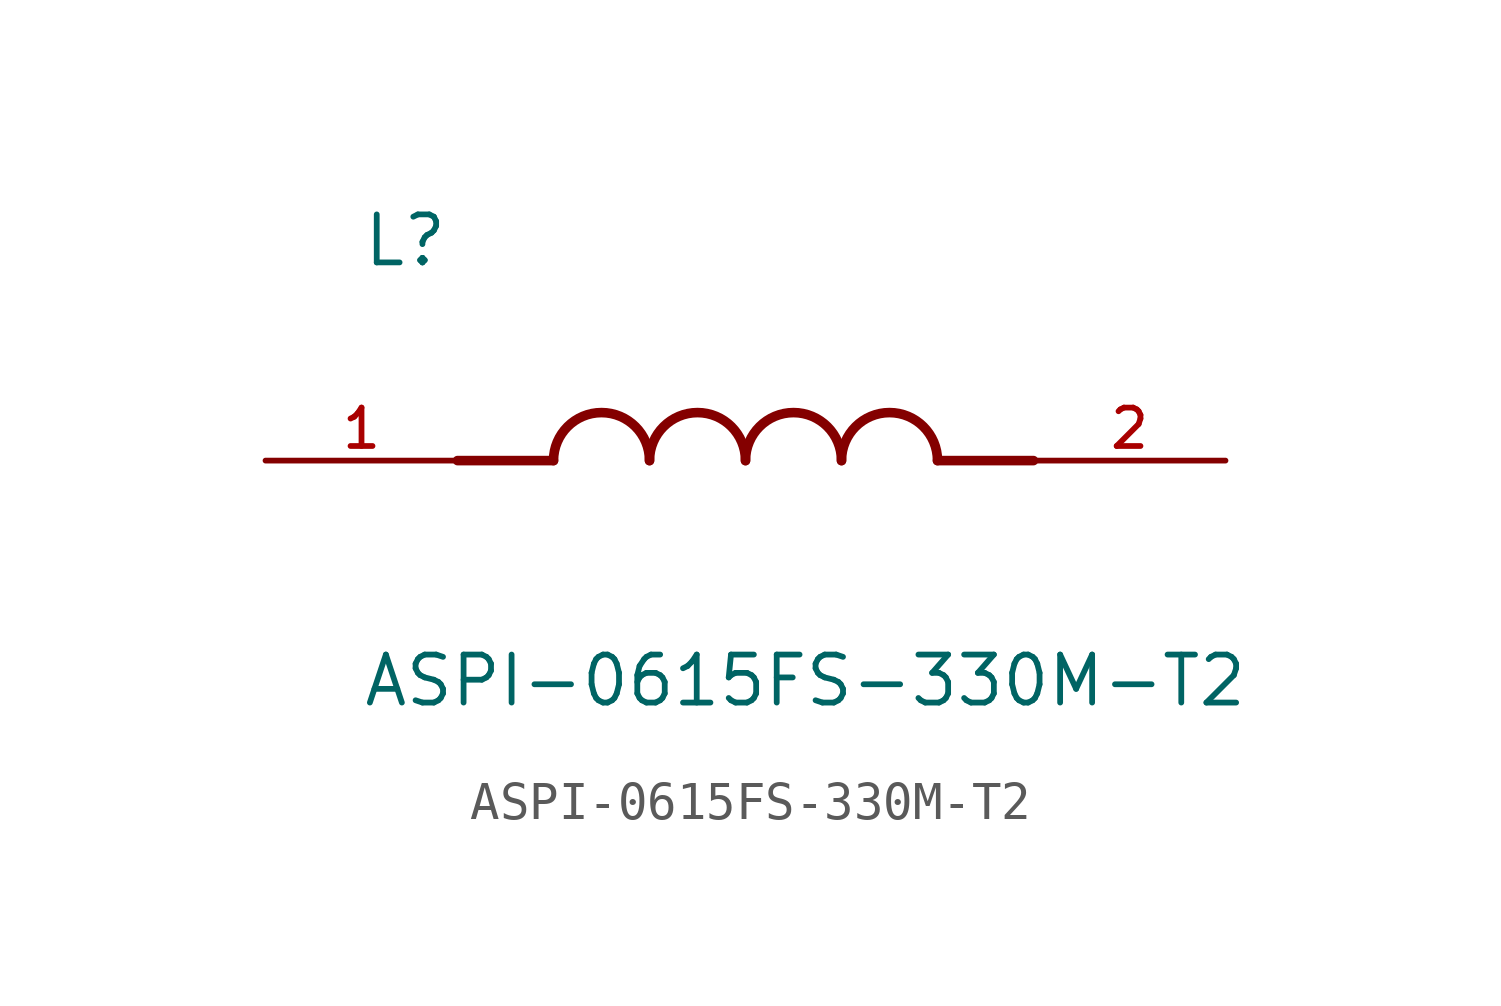
<source format=kicad_sym>
(kicad_symbol_lib
  (version 20211014)
  (generator kicad_symbol_editor)
  (symbol "ASPI-0615FS-330M-T2"
    (pin_names
      (offset 1.016))
    (property "Reference" "L"
      (at -10.16 5.08 0)
      (effects (font (size 1.27 1.27)) (justify bottom left)))
    (property "Value" "ASPI-0615FS-330M-T2"
      (at -10.16 -5.08 0)
      (effects (font (size 1.27 1.27)) (justify top left)))
    (symbol "ASPI-0615FS-330M-T2_0_0"
      (polyline (pts (xy -5.08 0.0) (xy -7.62 0.0)) (stroke (width 0.254)))
      (polyline (pts (xy 5.08 0.0) (xy 7.62 0.0)) (stroke (width 0.254)))
      (arc (start -2.54 0.0) (mid -3.81 1.27) (end -5.08 0.0) (stroke (width 0.254) (type default) (color 0 0 0 0)) (fill (type none)))
      (arc (start 0.0 0.0) (mid -1.27 1.27) (end -2.54 0.0) (stroke (width 0.254) (type default) (color 0 0 0 0)) (fill (type none)))
      (arc (start 2.54 0.0) (mid 1.27 1.27) (end 0.0 0.0) (stroke (width 0.254) (type default) (color 0 0 0 0)) (fill (type none)))
      (arc (start 5.08 0.0) (mid 3.81 1.27) (end 2.54 0.0) (stroke (width 0.254) (type default) (color 0 0 0 0)) (fill (type none)))
      (pin passive line (at -12.7 0.0 0) (length 5.08) (name "~" (effects (font (size 1.016 1.016)))) (number "1" (effects (font (size 1.016 1.016)))))
      (pin passive line (at 12.7 0.0 180.0) (length 5.08) (name "~" (effects (font (size 1.016 1.016)))) (number "2" (effects (font (size 1.016 1.016))))))))
</source>
